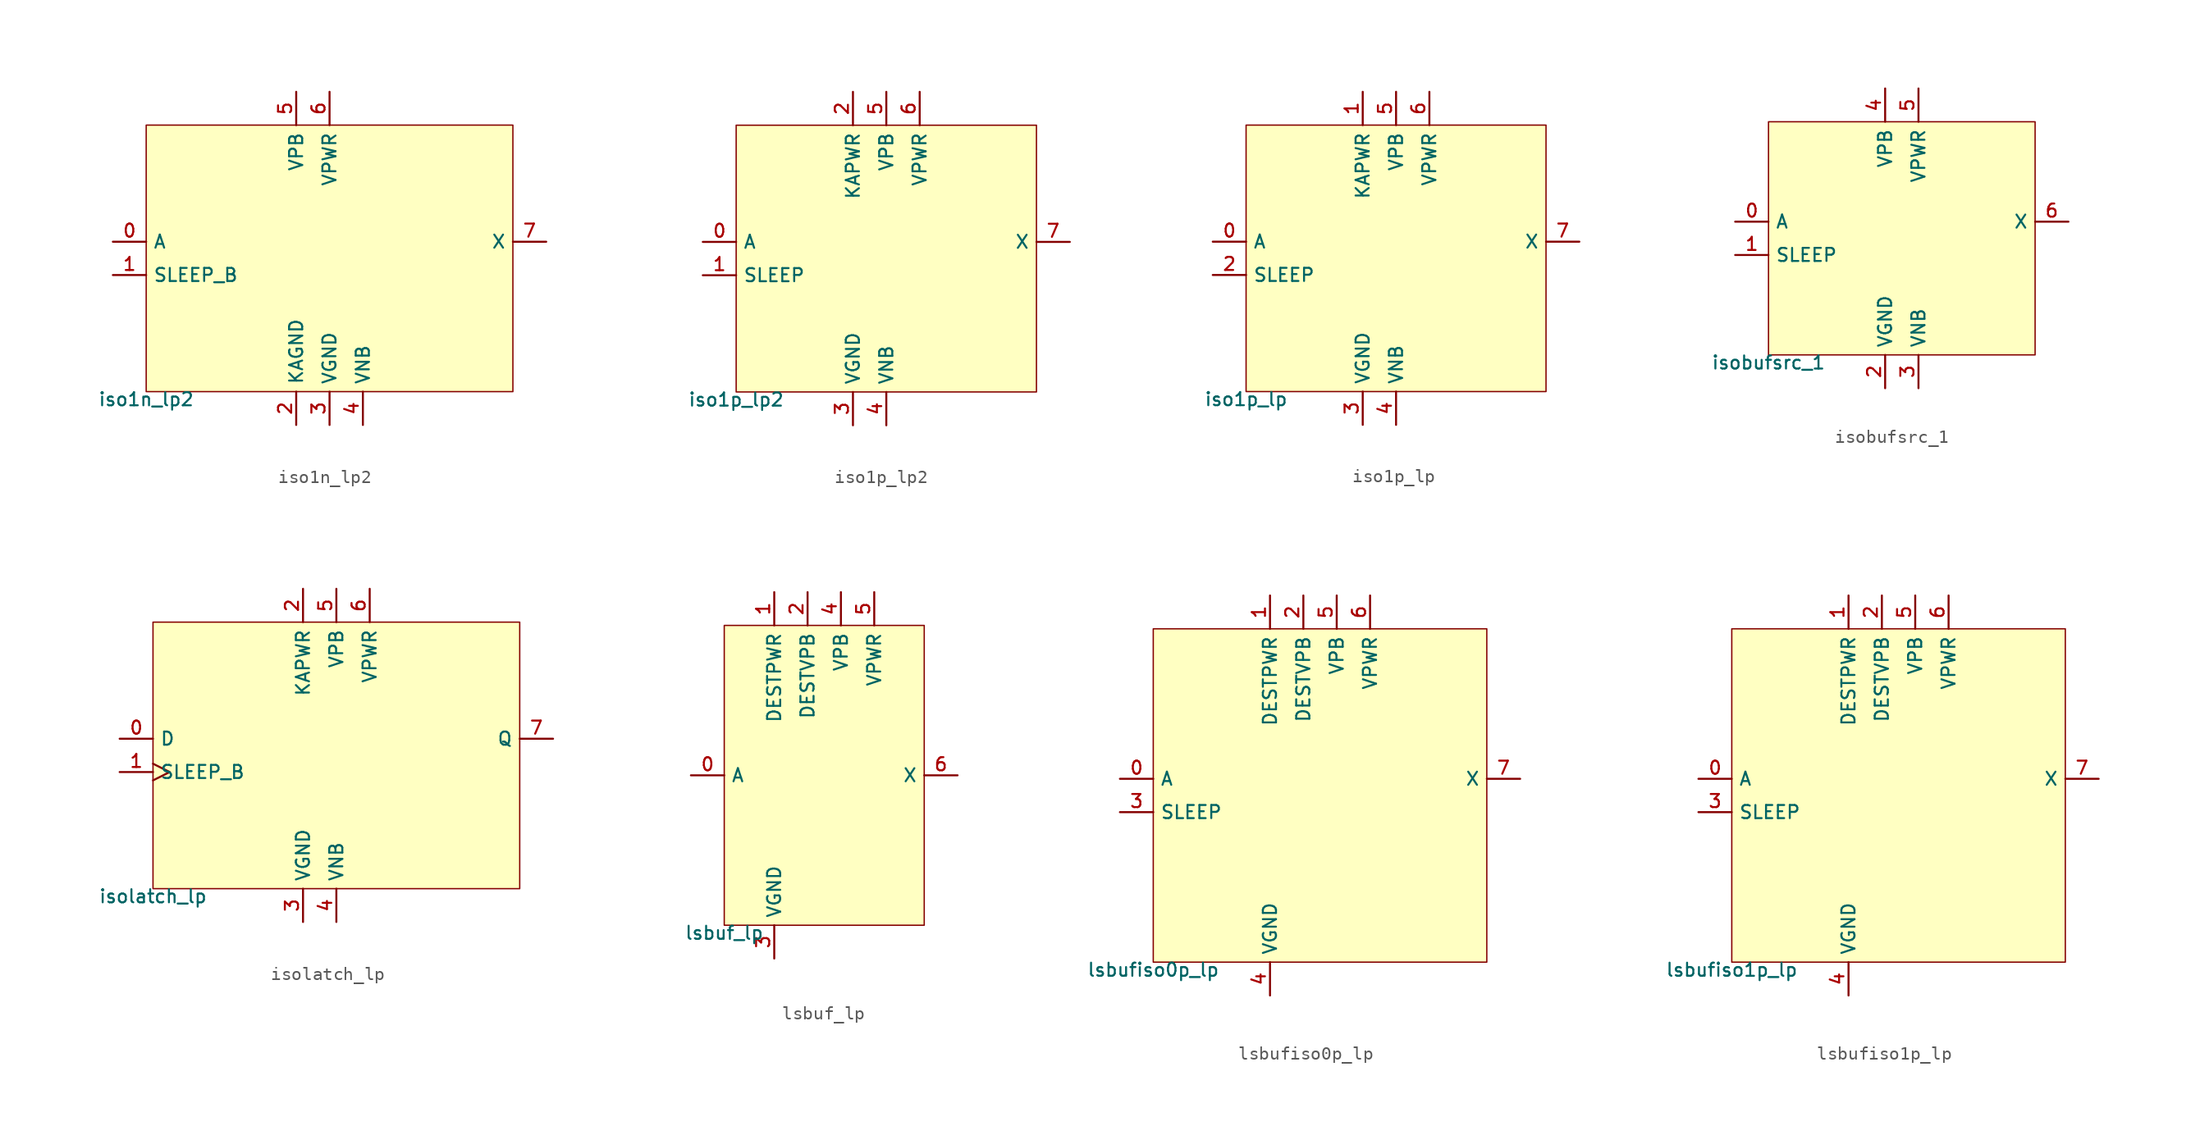
<source format=kicad_sym>
(kicad_symbol_lib
  (version 20211014)
  (generator pdk2kicad)
  (symbol "iso1n_lp2"
    (property "Reference" "X"
      (at 0 0 0)
      (effects (font (size 1 1)) hide))
    (property "Value" "iso1n_lp2"
      (at -13.97 -10.16 0)
      (effects (font (size 1 1)) (justify top)))
    (rectangle
      (start -13.97 -10.16)
      (end 13.97 10.16)
      (stroke (width 0.1) (type solid) (color 0 0 0 0))
      (fill (type background)))
    (pin input line
      (at -16.51 1.27 0)
      (length 2.54)
      (name "A" (effects (font (size 1 1)) hide))
      (number "0" (effects (font (size 1 1)) hide)))
    (pin input line
      (at -16.51 -1.27 0)
      (length 2.54)
      (name "SLEEP_B" (effects (font (size 1 1)) hide))
      (number "1" (effects (font (size 1 1)) hide)))
    (pin power_in line
      (at -2.54 -12.7 90)
      (length 2.54)
      (name "KAGND" (effects (font (size 1 1)) hide))
      (number "2" (effects (font (size 1 1)) hide)))
    (pin power_in line
      (at 0.0 -12.7 90)
      (length 2.54)
      (name "VGND" (effects (font (size 1 1)) hide))
      (number "3" (effects (font (size 1 1)) hide)))
    (pin power_in line
      (at 2.54 -12.7 90)
      (length 2.54)
      (name "VNB" (effects (font (size 1 1)) hide))
      (number "4" (effects (font (size 1 1)) hide)))
    (pin power_in line
      (at -2.54 12.7 270)
      (length 2.54)
      (name "VPB" (effects (font (size 1 1)) hide))
      (number "5" (effects (font (size 1 1)) hide)))
    (pin power_in line
      (at 0.0 12.7 270)
      (length 2.54)
      (name "VPWR" (effects (font (size 1 1)) hide))
      (number "6" (effects (font (size 1 1)) hide)))
    (pin output line
      (at 16.51 1.27 180)
      (length 2.54)
      (name "X" (effects (font (size 1 1)) hide))
      (number "7" (effects (font (size 1 1)) hide))))
  (symbol "iso1p_lp2"
    (property "Reference" "X"
      (at 0 0 0)
      (effects (font (size 1 1)) hide))
    (property "Value" "iso1p_lp2"
      (at -11.43 -10.16 0)
      (effects (font (size 1 1)) (justify top)))
    (rectangle
      (start -11.43 -10.16)
      (end 11.43 10.16)
      (stroke (width 0.1) (type solid) (color 0 0 0 0))
      (fill (type background)))
    (pin input line
      (at -13.97 1.27 0)
      (length 2.54)
      (name "A" (effects (font (size 1 1)) hide))
      (number "0" (effects (font (size 1 1)) hide)))
    (pin input line
      (at -13.97 -1.27 0)
      (length 2.54)
      (name "SLEEP" (effects (font (size 1 1)) hide))
      (number "1" (effects (font (size 1 1)) hide)))
    (pin power_in line
      (at -2.54 12.7 270)
      (length 2.54)
      (name "KAPWR" (effects (font (size 1 1)) hide))
      (number "2" (effects (font (size 1 1)) hide)))
    (pin power_in line
      (at -2.54 -12.7 90)
      (length 2.54)
      (name "VGND" (effects (font (size 1 1)) hide))
      (number "3" (effects (font (size 1 1)) hide)))
    (pin power_in line
      (at 0.0 -12.7 90)
      (length 2.54)
      (name "VNB" (effects (font (size 1 1)) hide))
      (number "4" (effects (font (size 1 1)) hide)))
    (pin power_in line
      (at 0.0 12.7 270)
      (length 2.54)
      (name "VPB" (effects (font (size 1 1)) hide))
      (number "5" (effects (font (size 1 1)) hide)))
    (pin power_in line
      (at 2.54 12.7 270)
      (length 2.54)
      (name "VPWR" (effects (font (size 1 1)) hide))
      (number "6" (effects (font (size 1 1)) hide)))
    (pin output line
      (at 13.97 1.27 180)
      (length 2.54)
      (name "X" (effects (font (size 1 1)) hide))
      (number "7" (effects (font (size 1 1)) hide))))
  (symbol "iso1p_lp"
    (property "Reference" "X"
      (at 0 0 0)
      (effects (font (size 1 1)) hide))
    (property "Value" "iso1p_lp"
      (at -11.43 -10.16 0)
      (effects (font (size 1 1)) (justify top)))
    (rectangle
      (start -11.43 -10.16)
      (end 11.43 10.16)
      (stroke (width 0.1) (type solid) (color 0 0 0 0))
      (fill (type background)))
    (pin input line
      (at -13.97 1.27 0)
      (length 2.54)
      (name "A" (effects (font (size 1 1)) hide))
      (number "0" (effects (font (size 1 1)) hide)))
    (pin power_in line
      (at -2.54 12.7 270)
      (length 2.54)
      (name "KAPWR" (effects (font (size 1 1)) hide))
      (number "1" (effects (font (size 1 1)) hide)))
    (pin input line
      (at -13.97 -1.27 0)
      (length 2.54)
      (name "SLEEP" (effects (font (size 1 1)) hide))
      (number "2" (effects (font (size 1 1)) hide)))
    (pin power_in line
      (at -2.54 -12.7 90)
      (length 2.54)
      (name "VGND" (effects (font (size 1 1)) hide))
      (number "3" (effects (font (size 1 1)) hide)))
    (pin power_in line
      (at 0.0 -12.7 90)
      (length 2.54)
      (name "VNB" (effects (font (size 1 1)) hide))
      (number "4" (effects (font (size 1 1)) hide)))
    (pin power_in line
      (at 0.0 12.7 270)
      (length 2.54)
      (name "VPB" (effects (font (size 1 1)) hide))
      (number "5" (effects (font (size 1 1)) hide)))
    (pin power_in line
      (at 2.54 12.7 270)
      (length 2.54)
      (name "VPWR" (effects (font (size 1 1)) hide))
      (number "6" (effects (font (size 1 1)) hide)))
    (pin output line
      (at 13.97 1.27 180)
      (length 2.54)
      (name "X" (effects (font (size 1 1)) hide))
      (number "7" (effects (font (size 1 1)) hide))))
  (symbol "isobufsrc_1"
    (property "Reference" "X"
      (at 0 0 0)
      (effects (font (size 1 1)) hide))
    (property "Value" "isobufsrc_1"
      (at -10.16 -8.89 0)
      (effects (font (size 1 1)) (justify top)))
    (rectangle
      (start -10.16 -8.89)
      (end 10.16 8.89)
      (stroke (width 0.1) (type solid) (color 0 0 0 0))
      (fill (type background)))
    (pin input line
      (at -12.7 1.27 0)
      (length 2.54)
      (name "A" (effects (font (size 1 1)) hide))
      (number "0" (effects (font (size 1 1)) hide)))
    (pin input line
      (at -12.7 -1.27 0)
      (length 2.54)
      (name "SLEEP" (effects (font (size 1 1)) hide))
      (number "1" (effects (font (size 1 1)) hide)))
    (pin power_in line
      (at -1.27 -11.43 90)
      (length 2.54)
      (name "VGND" (effects (font (size 1 1)) hide))
      (number "2" (effects (font (size 1 1)) hide)))
    (pin power_in line
      (at 1.27 -11.43 90)
      (length 2.54)
      (name "VNB" (effects (font (size 1 1)) hide))
      (number "3" (effects (font (size 1 1)) hide)))
    (pin power_in line
      (at -1.27 11.43 270)
      (length 2.54)
      (name "VPB" (effects (font (size 1 1)) hide))
      (number "4" (effects (font (size 1 1)) hide)))
    (pin power_in line
      (at 1.27 11.43 270)
      (length 2.54)
      (name "VPWR" (effects (font (size 1 1)) hide))
      (number "5" (effects (font (size 1 1)) hide)))
    (pin output line
      (at 12.7 1.27 180)
      (length 2.54)
      (name "X" (effects (font (size 1 1)) hide))
      (number "6" (effects (font (size 1 1)) hide))))
  (symbol "isolatch_lp"
    (property "Reference" "X"
      (at 0 0 0)
      (effects (font (size 1 1)) hide))
    (property "Value" "isolatch_lp"
      (at -13.97 -10.16 0)
      (effects (font (size 1 1)) (justify top)))
    (rectangle
      (start -13.97 -10.16)
      (end 13.97 10.16)
      (stroke (width 0.1) (type solid) (color 0 0 0 0))
      (fill (type background)))
    (pin input line
      (at -16.51 1.27 0)
      (length 2.54)
      (name "D" (effects (font (size 1 1)) hide))
      (number "0" (effects (font (size 1 1)) hide)))
    (pin input clock
      (at -16.51 -1.27 0)
      (length 2.54)
      (name "SLEEP_B" (effects (font (size 1 1)) hide))
      (number "1" (effects (font (size 1 1)) hide)))
    (pin power_in line
      (at -2.54 12.7 270)
      (length 2.54)
      (name "KAPWR" (effects (font (size 1 1)) hide))
      (number "2" (effects (font (size 1 1)) hide)))
    (pin power_in line
      (at -2.54 -12.7 90)
      (length 2.54)
      (name "VGND" (effects (font (size 1 1)) hide))
      (number "3" (effects (font (size 1 1)) hide)))
    (pin power_in line
      (at 0.0 -12.7 90)
      (length 2.54)
      (name "VNB" (effects (font (size 1 1)) hide))
      (number "4" (effects (font (size 1 1)) hide)))
    (pin power_in line
      (at 0.0 12.7 270)
      (length 2.54)
      (name "VPB" (effects (font (size 1 1)) hide))
      (number "5" (effects (font (size 1 1)) hide)))
    (pin power_in line
      (at 2.54 12.7 270)
      (length 2.54)
      (name "VPWR" (effects (font (size 1 1)) hide))
      (number "6" (effects (font (size 1 1)) hide)))
    (pin output line
      (at 16.51 1.27 180)
      (length 2.54)
      (name "Q" (effects (font (size 1 1)) hide))
      (number "7" (effects (font (size 1 1)) hide))))
  (symbol "lsbuf_lp"
    (property "Reference" "X"
      (at 0 0 0)
      (effects (font (size 1 1)) hide))
    (property "Value" "lsbuf_lp"
      (at -7.62 -11.43 0)
      (effects (font (size 1 1)) (justify top)))
    (rectangle
      (start -7.62 -11.43)
      (end 7.62 11.43)
      (stroke (width 0.1) (type solid) (color 0 0 0 0))
      (fill (type background)))
    (pin input line
      (at -10.16 0.0 0)
      (length 2.54)
      (name "A" (effects (font (size 1 1)) hide))
      (number "0" (effects (font (size 1 1)) hide)))
    (pin power_in line
      (at -3.81 13.97 270)
      (length 2.54)
      (name "DESTPWR" (effects (font (size 1 1)) hide))
      (number "1" (effects (font (size 1 1)) hide)))
    (pin power_in line
      (at -1.27 13.97 270)
      (length 2.54)
      (name "DESTVPB" (effects (font (size 1 1)) hide))
      (number "2" (effects (font (size 1 1)) hide)))
    (pin power_in line
      (at -3.81 -13.97 90)
      (length 2.54)
      (name "VGND" (effects (font (size 1 1)) hide))
      (number "3" (effects (font (size 1 1)) hide)))
    (pin power_in line
      (at 1.27 13.97 270)
      (length 2.54)
      (name "VPB" (effects (font (size 1 1)) hide))
      (number "4" (effects (font (size 1 1)) hide)))
    (pin power_in line
      (at 3.81 13.97 270)
      (length 2.54)
      (name "VPWR" (effects (font (size 1 1)) hide))
      (number "5" (effects (font (size 1 1)) hide)))
    (pin output line
      (at 10.16 0.0 180)
      (length 2.54)
      (name "X" (effects (font (size 1 1)) hide))
      (number "6" (effects (font (size 1 1)) hide))))
  (symbol "lsbufiso0p_lp"
    (property "Reference" "X"
      (at 0 0 0)
      (effects (font (size 1 1)) hide))
    (property "Value" "lsbufiso0p_lp"
      (at -12.7 -12.7 0)
      (effects (font (size 1 1)) (justify top)))
    (rectangle
      (start -12.7 -12.7)
      (end 12.7 12.7)
      (stroke (width 0.1) (type solid) (color 0 0 0 0))
      (fill (type background)))
    (pin input line
      (at -15.24 1.27 0)
      (length 2.54)
      (name "A" (effects (font (size 1 1)) hide))
      (number "0" (effects (font (size 1 1)) hide)))
    (pin power_in line
      (at -3.81 15.24 270)
      (length 2.54)
      (name "DESTPWR" (effects (font (size 1 1)) hide))
      (number "1" (effects (font (size 1 1)) hide)))
    (pin power_in line
      (at -1.27 15.24 270)
      (length 2.54)
      (name "DESTVPB" (effects (font (size 1 1)) hide))
      (number "2" (effects (font (size 1 1)) hide)))
    (pin input line
      (at -15.24 -1.27 0)
      (length 2.54)
      (name "SLEEP" (effects (font (size 1 1)) hide))
      (number "3" (effects (font (size 1 1)) hide)))
    (pin power_in line
      (at -3.81 -15.24 90)
      (length 2.54)
      (name "VGND" (effects (font (size 1 1)) hide))
      (number "4" (effects (font (size 1 1)) hide)))
    (pin power_in line
      (at 1.27 15.24 270)
      (length 2.54)
      (name "VPB" (effects (font (size 1 1)) hide))
      (number "5" (effects (font (size 1 1)) hide)))
    (pin power_in line
      (at 3.81 15.24 270)
      (length 2.54)
      (name "VPWR" (effects (font (size 1 1)) hide))
      (number "6" (effects (font (size 1 1)) hide)))
    (pin output line
      (at 15.24 1.27 180)
      (length 2.54)
      (name "X" (effects (font (size 1 1)) hide))
      (number "7" (effects (font (size 1 1)) hide))))
  (symbol "lsbufiso1p_lp"
    (property "Reference" "X"
      (at 0 0 0)
      (effects (font (size 1 1)) hide))
    (property "Value" "lsbufiso1p_lp"
      (at -12.7 -12.7 0)
      (effects (font (size 1 1)) (justify top)))
    (rectangle
      (start -12.7 -12.7)
      (end 12.7 12.7)
      (stroke (width 0.1) (type solid) (color 0 0 0 0))
      (fill (type background)))
    (pin input line
      (at -15.24 1.27 0)
      (length 2.54)
      (name "A" (effects (font (size 1 1)) hide))
      (number "0" (effects (font (size 1 1)) hide)))
    (pin power_in line
      (at -3.81 15.24 270)
      (length 2.54)
      (name "DESTPWR" (effects (font (size 1 1)) hide))
      (number "1" (effects (font (size 1 1)) hide)))
    (pin power_in line
      (at -1.27 15.24 270)
      (length 2.54)
      (name "DESTVPB" (effects (font (size 1 1)) hide))
      (number "2" (effects (font (size 1 1)) hide)))
    (pin input line
      (at -15.24 -1.27 0)
      (length 2.54)
      (name "SLEEP" (effects (font (size 1 1)) hide))
      (number "3" (effects (font (size 1 1)) hide)))
    (pin power_in line
      (at -3.81 -15.24 90)
      (length 2.54)
      (name "VGND" (effects (font (size 1 1)) hide))
      (number "4" (effects (font (size 1 1)) hide)))
    (pin power_in line
      (at 1.27 15.24 270)
      (length 2.54)
      (name "VPB" (effects (font (size 1 1)) hide))
      (number "5" (effects (font (size 1 1)) hide)))
    (pin power_in line
      (at 3.81 15.24 270)
      (length 2.54)
      (name "VPWR" (effects (font (size 1 1)) hide))
      (number "6" (effects (font (size 1 1)) hide)))
    (pin output line
      (at 15.24 1.27 180)
      (length 2.54)
      (name "X" (effects (font (size 1 1)) hide))
      (number "7" (effects (font (size 1 1)) hide)))))
</source>
